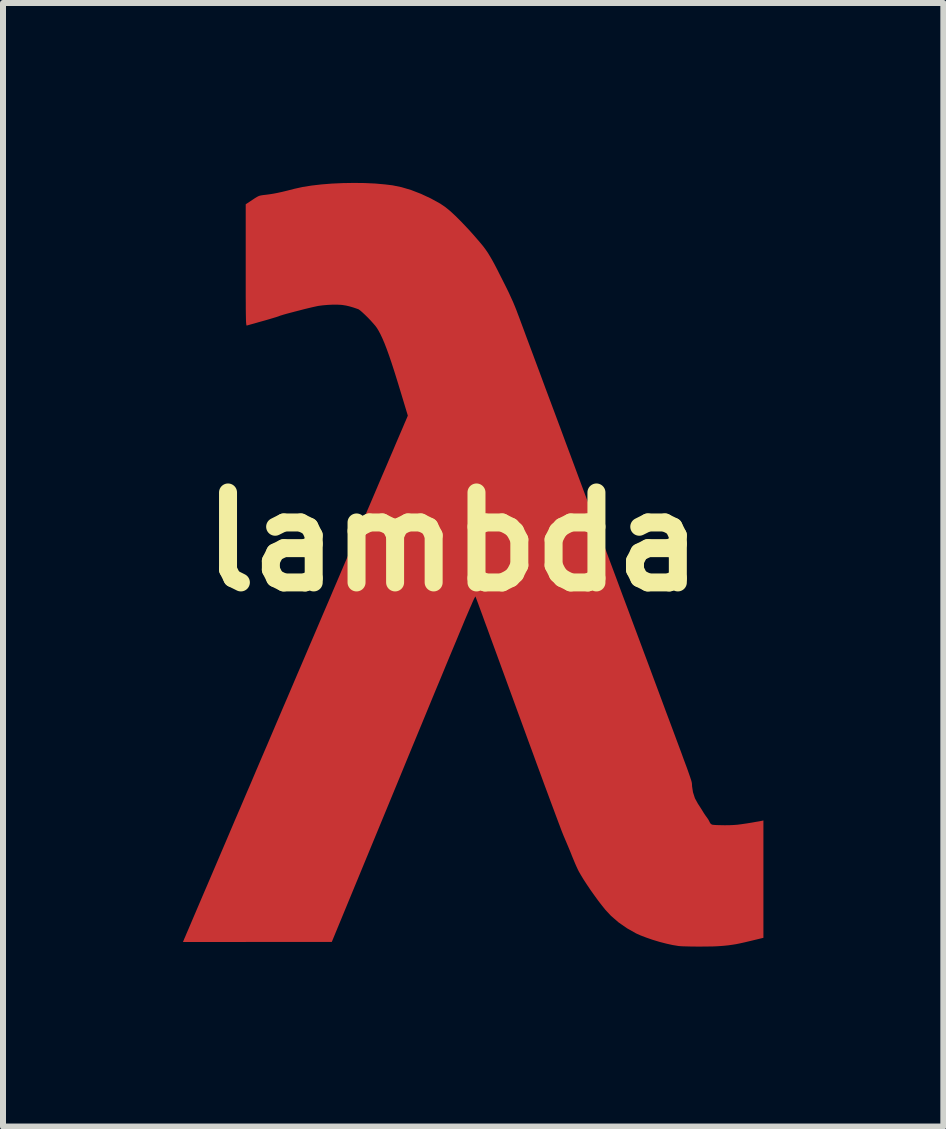
<source format=kicad_pcb>
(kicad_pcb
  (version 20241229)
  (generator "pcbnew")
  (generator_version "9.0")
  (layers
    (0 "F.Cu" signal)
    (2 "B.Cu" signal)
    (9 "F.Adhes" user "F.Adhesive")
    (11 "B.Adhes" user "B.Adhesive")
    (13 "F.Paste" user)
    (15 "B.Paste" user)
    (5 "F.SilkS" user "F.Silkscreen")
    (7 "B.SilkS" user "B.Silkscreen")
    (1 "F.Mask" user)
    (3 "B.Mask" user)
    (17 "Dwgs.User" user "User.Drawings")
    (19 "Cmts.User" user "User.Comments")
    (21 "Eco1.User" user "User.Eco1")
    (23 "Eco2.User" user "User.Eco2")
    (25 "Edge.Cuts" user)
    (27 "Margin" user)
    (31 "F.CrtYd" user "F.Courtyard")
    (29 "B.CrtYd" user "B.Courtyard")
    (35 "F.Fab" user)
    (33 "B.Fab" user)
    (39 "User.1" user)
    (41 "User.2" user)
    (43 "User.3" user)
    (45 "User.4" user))
  (footprint "lambda"
    (layer "F.Cu")
    (at 4.502 5.983)
    (property "Reference" "lambda" (at 0 0 0) (layer "F.SilkS") (effects (font (size 1.5 1.5) (thickness 0.3))))
    (attr board_only exclude_from_pos_files exclude_from_bom)
    (fp_poly (pts (xy -1.473 -5.981) (xy -1.297 -5.973) (xy -1.131 -5.958) (xy -1.007 -5.943) (xy -0.857 -5.912) (xy -0.698 -5.865) (xy -0.533 -5.801) (xy -0.368 -5.724) (xy -0.205 -5.634) (xy -0.203 -5.632) (xy -0.132 -5.584) (xy -0.05 -5.518) (xy 0.042 -5.433) (xy 0.144 -5.331) (xy 0.256 -5.213) (xy 0.314 -5.149) (xy 0.386 -5.067) (xy 0.446 -4.997) (xy 0.497 -4.936) (xy 0.541 -4.878) (xy 0.581 -4.82) (xy 0.619 -4.758) (xy 0.659 -4.689) (xy 0.703 -4.608) (xy 0.753 -4.511) (xy 0.763 -4.49) (xy 0.827 -4.364) (xy 0.882 -4.255) (xy 0.929 -4.159) (xy 0.968 -4.074) (xy 1.003 -3.997) (xy 1.033 -3.925) (xy 1.061 -3.855) (xy 1.078 -3.809) (xy 1.104 -3.741) (xy 1.137 -3.652) (xy 1.177 -3.545) (xy 1.223 -3.42) (xy 1.276 -3.278) (xy 1.335 -3.12) (xy 1.399 -2.948) (xy 1.468 -2.763) (xy 1.541 -2.565) (xy 1.619 -2.357) (xy 1.701 -2.138) (xy 1.786 -1.91) (xy 1.873 -1.674) (xy 1.964 -1.431) (xy 2.056 -1.183) (xy 2.15 -0.93) (xy 2.246 -0.674) (xy 2.342 -0.415) (xy 2.439 -0.155) (xy 2.536 0.105) (xy 2.633 0.365) (xy 2.729 0.622) (xy 2.823 0.876) (xy 2.917 1.126) (xy 3.008 1.371) (xy 3.097 1.609) (xy 3.183 1.84) (xy 3.266 2.062) (xy 3.345 2.275) (xy 3.399 2.42) (xy 3.478 2.632) (xy 3.549 2.824) (xy 3.614 2.997) (xy 3.672 3.152) (xy 3.723 3.29) (xy 3.769 3.413) (xy 3.809 3.52) (xy 3.843 3.614) (xy 3.873 3.695) (xy 3.899 3.764) (xy 3.92 3.823) (xy 3.937 3.872) (xy 3.951 3.912) (xy 3.962 3.945) (xy 3.971 3.972) (xy 3.977 3.993) (xy 3.981 4.009) (xy 3.984 4.023) (xy 3.985 4.034) (xy 3.986 4.043) (xy 3.986 4.053) (xy 3.987 4.063) (xy 3.987 4.074) (xy 4.003 4.178) (xy 4.035 4.277) (xy 4.082 4.363) (xy 4.083 4.365) (xy 4.113 4.411) (xy 4.145 4.461) (xy 4.162 4.489) (xy 4.188 4.531) (xy 4.216 4.572) (xy 4.233 4.595) (xy 4.256 4.628) (xy 4.275 4.662) (xy 4.278 4.671) (xy 4.296 4.7) (xy 4.318 4.716) (xy 4.338 4.72) (xy 4.377 4.723) (xy 4.428 4.725) (xy 4.489 4.726) (xy 4.532 4.727) (xy 4.611 4.726) (xy 4.68 4.723) (xy 4.745 4.718) (xy 4.814 4.709) (xy 4.896 4.697) (xy 4.922 4.693) (xy 4.989 4.682) (xy 5.049 4.671) (xy 5.099 4.663) (xy 5.135 4.656) (xy 5.151 4.653) (xy 5.177 4.647) (xy 5.177 5.626) (xy 5.177 6.604) (xy 4.966 6.655) (xy 4.869 6.678) (xy 4.789 6.696) (xy 4.72 6.71) (xy 4.656 6.72) (xy 4.593 6.729) (xy 4.525 6.736) (xy 4.462 6.741) (xy 4.401 6.745) (xy 4.325 6.748) (xy 4.24 6.749) (xy 4.149 6.75) (xy 4.057 6.75) (xy 3.969 6.749) (xy 3.888 6.747) (xy 3.819 6.745) (xy 3.767 6.741) (xy 3.753 6.739) (xy 3.662 6.724) (xy 3.558 6.701) (xy 3.446 6.672) (xy 3.333 6.638) (xy 3.226 6.601) (xy 3.129 6.564) (xy 3.055 6.531) (xy 2.903 6.445) (xy 2.762 6.347) (xy 2.636 6.238) (xy 2.542 6.137) (xy 2.485 6.066) (xy 2.423 5.986) (xy 2.36 5.899) (xy 2.296 5.809) (xy 2.236 5.72) (xy 2.181 5.636) (xy 2.135 5.56) (xy 2.098 5.496) (xy 2.084 5.468) (xy 2.063 5.423) (xy 2.037 5.364) (xy 2.009 5.297) (xy 1.981 5.229) (xy 1.972 5.205) (xy 1.942 5.132) (xy 1.909 5.053) (xy 1.876 4.975) (xy 1.847 4.907) (xy 1.842 4.895) (xy 1.832 4.87) (xy 1.814 4.825) (xy 1.79 4.761) (xy 1.759 4.679) (xy 1.722 4.58) (xy 1.68 4.467) (xy 1.632 4.339) (xy 1.58 4.198) (xy 1.523 4.045) (xy 1.463 3.881) (xy 1.399 3.708) (xy 1.333 3.526) (xy 1.263 3.337) (xy 1.192 3.142) (xy 1.119 2.942) (xy 1.08 2.836) (xy 1.007 2.636) (xy 0.936 2.442) (xy 0.868 2.255) (xy 0.802 2.075) (xy 0.74 1.905) (xy 0.681 1.744) (xy 0.626 1.594) (xy 0.576 1.456) (xy 0.53 1.332) (xy 0.49 1.221) (xy 0.455 1.126) (xy 0.426 1.047) (xy 0.403 0.985) (xy 0.387 0.942) (xy 0.378 0.918) (xy 0.376 0.913) (xy 0.374 0.914) (xy 0.369 0.92) (xy 0.363 0.932) (xy 0.353 0.95) (xy 0.341 0.976) (xy 0.326 1.009) (xy 0.308 1.052) (xy 0.285 1.103) (xy 0.259 1.164) (xy 0.228 1.236) (xy 0.193 1.318) (xy 0.154 1.413) (xy 0.109 1.52) (xy 0.059 1.641) (xy 0.003 1.775) (xy -0.059 1.923) (xy -0.127 2.087) (xy -0.201 2.267) (xy -0.283 2.463) (xy -0.371 2.676) (xy -0.466 2.907) (xy -0.569 3.156) (xy -0.68 3.424) (xy -0.799 3.713) (xy -0.872 3.891) (xy -2.02 6.673) (xy -3.261 6.673) (xy -4.502 6.674) (xy -4.486 6.637) (xy -4.481 6.623) (xy -4.466 6.59) (xy -4.444 6.537) (xy -4.414 6.468) (xy -4.377 6.381) (xy -4.334 6.28) (xy -4.284 6.163) (xy -4.229 6.034) (xy -4.168 5.891) (xy -4.102 5.738) (xy -4.032 5.574) (xy -3.958 5.401) (xy -3.881 5.22) (xy -3.8 5.031) (xy -3.717 4.836) (xy -3.632 4.636) (xy -3.544 4.432) (xy -3.456 4.225) (xy -3.366 4.016) (xy -3.277 3.806) (xy -3.187 3.595) (xy -3.097 3.386) (xy -3.009 3.179) (xy -2.922 2.975) (xy -2.837 2.776) (xy -2.753 2.581) (xy -2.673 2.393) (xy -2.596 2.212) (xy -2.522 2.04) (xy -2.452 1.876) (xy -2.387 1.723) (xy -2.326 1.582) (xy -2.271 1.453) (xy -2.222 1.338) (xy -2.189 1.26) (xy -2.149 1.167) (xy -2.103 1.06) (xy -2.052 0.941) (xy -1.997 0.811) (xy -1.937 0.671) (xy -1.874 0.523) (xy -1.808 0.368) (xy -1.739 0.208) (xy -1.669 0.044) (xy -1.597 -0.123) (xy -1.526 -0.292) (xy -1.454 -0.46) (xy -1.382 -0.627) (xy -1.312 -0.791) (xy -1.244 -0.951) (xy -1.178 -1.106) (xy -1.114 -1.254) (xy -1.055 -1.393) (xy -0.999 -1.523) (xy -0.949 -1.642) (xy -0.903 -1.749) (xy -0.863 -1.842) (xy -0.83 -1.919) (xy -0.804 -1.981) (xy -0.785 -2.024) (xy -0.775 -2.049) (xy -0.774 -2.05) (xy -0.752 -2.103) (xy -0.866 -2.48) (xy -0.922 -2.664) (xy -0.973 -2.828) (xy -1.02 -2.973) (xy -1.063 -3.1) (xy -1.103 -3.211) (xy -1.14 -3.307) (xy -1.175 -3.389) (xy -1.208 -3.459) (xy -1.24 -3.519) (xy -1.266 -3.562) (xy -1.292 -3.598) (xy -1.329 -3.641) (xy -1.372 -3.689) (xy -1.419 -3.738) (xy -1.466 -3.784) (xy -1.51 -3.825) (xy -1.547 -3.857) (xy -1.574 -3.876) (xy -1.581 -3.879) (xy -1.661 -3.906) (xy -1.726 -3.925) (xy -1.782 -3.938) (xy -1.837 -3.947) (xy -1.864 -3.95) (xy -1.929 -3.953) (xy -2.007 -3.953) (xy -2.09 -3.949) (xy -2.17 -3.942) (xy -2.24 -3.933) (xy -2.27 -3.927) (xy -2.334 -3.913) (xy -2.406 -3.896) (xy -2.484 -3.877) (xy -2.564 -3.856) (xy -2.642 -3.836) (xy -2.714 -3.817) (xy -2.778 -3.8) (xy -2.83 -3.785) (xy -2.865 -3.774) (xy -2.879 -3.77) (xy -2.904 -3.76) (xy -2.946 -3.746) (xy -3.003 -3.729) (xy -3.069 -3.709) (xy -3.142 -3.688) (xy -3.171 -3.68) (xy -3.243 -3.66) (xy -3.308 -3.641) (xy -3.363 -3.626) (xy -3.405 -3.614) (xy -3.43 -3.607) (xy -3.435 -3.605) (xy -3.439 -3.605) (xy -3.442 -3.608) (xy -3.444 -3.615) (xy -3.446 -3.627) (xy -3.448 -3.647) (xy -3.45 -3.674) (xy -3.451 -3.711) (xy -3.452 -3.759) (xy -3.453 -3.82) (xy -3.454 -3.894) (xy -3.454 -3.982) (xy -3.455 -4.088) (xy -3.455 -4.211) (xy -3.455 -4.353) (xy -3.455 -4.515) (xy -3.455 -4.613) (xy -3.455 -5.627) (xy -3.345 -5.7) (xy -3.298 -5.731) (xy -3.263 -5.752) (xy -3.234 -5.766) (xy -3.204 -5.774) (xy -3.167 -5.78) (xy -3.123 -5.785) (xy -3.061 -5.793) (xy -2.998 -5.803) (xy -2.929 -5.816) (xy -2.851 -5.833) (xy -2.76 -5.855) (xy -2.651 -5.883) (xy -2.639 -5.886) (xy -2.507 -5.915) (xy -2.357 -5.939) (xy -2.193 -5.958) (xy -2.018 -5.972) (xy -1.837 -5.98) (xy -1.654 -5.983)) (stroke (width 0) (type solid)) (fill yes) (layer "F.Cu")))
  (gr_rect
    (start -3 -3)
    (end 12.679 15.734)
    (stroke (width 0.1) (type default))
    (fill no)
    (layer "Edge.Cuts")))
</source>
